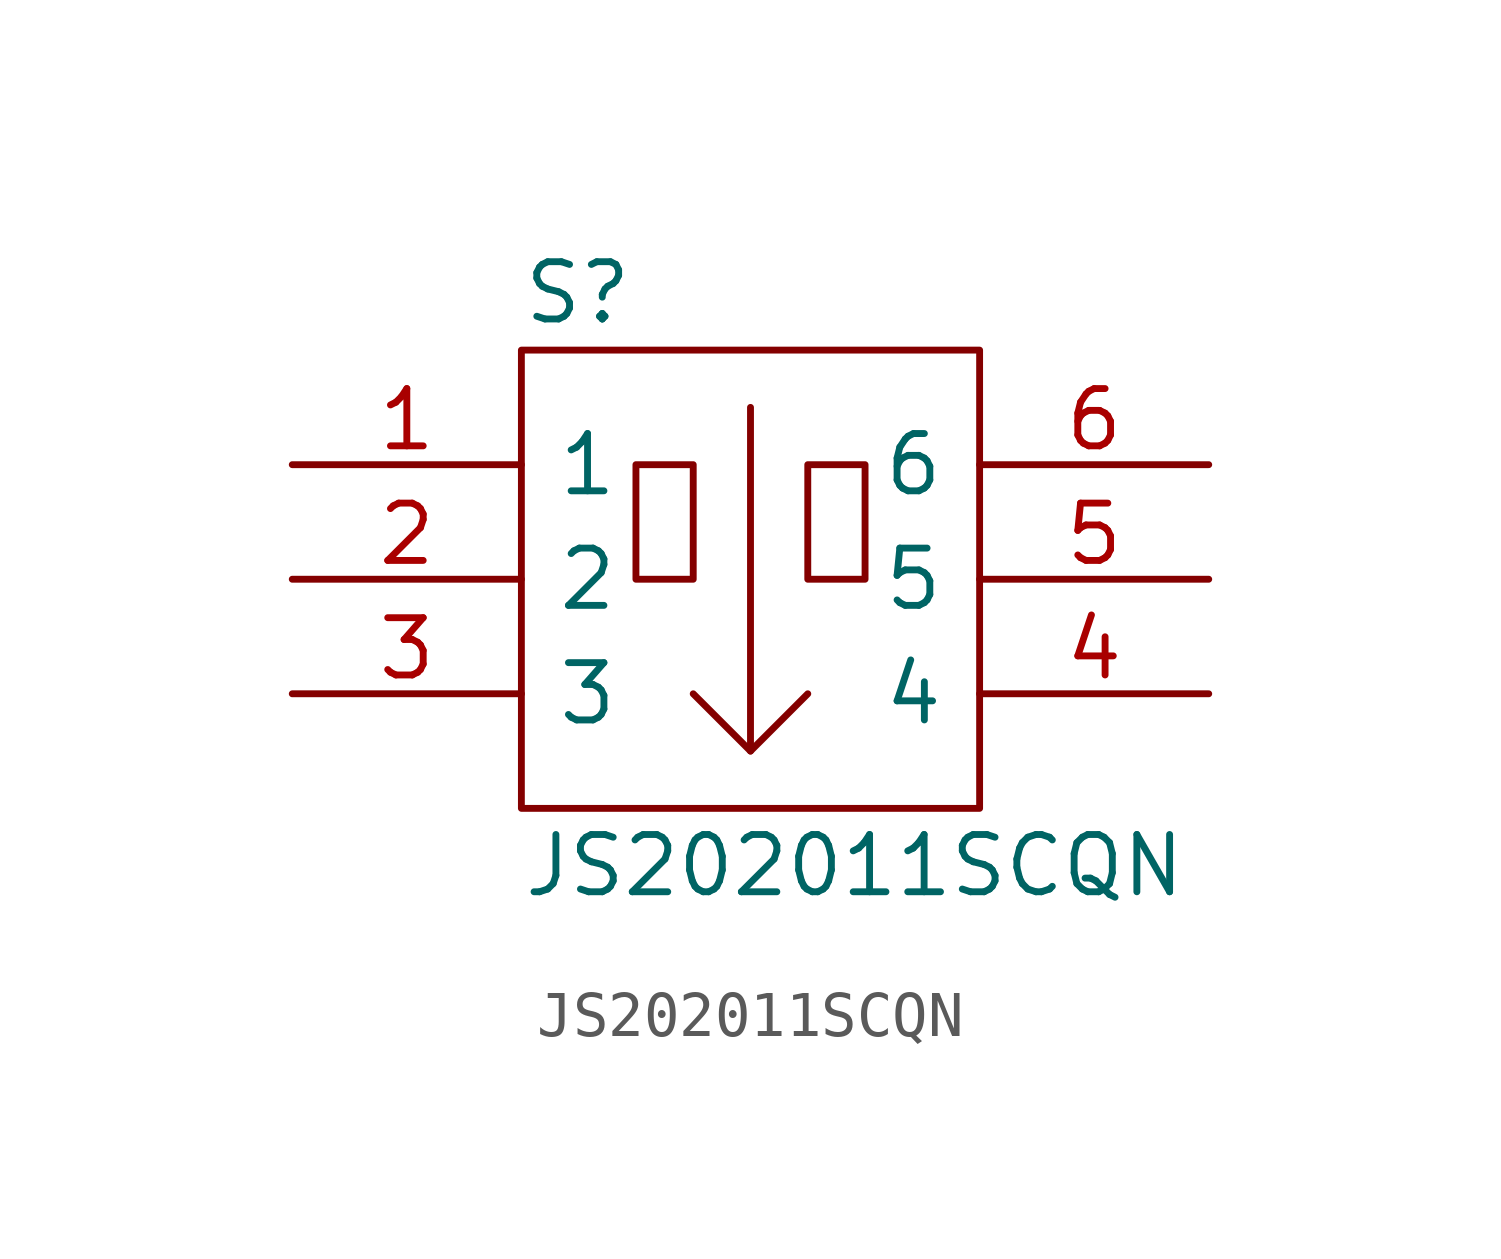
<source format=kicad_sym>
(kicad_symbol_lib
  (version 20211014)
  (generator kicad_symbol_editor)
  (symbol "JS202011SCQN"
    (pin_names
      (offset 0.762))
    (property "Reference" "S"
      (at 5.08 3.81 0)
      (effects (font (size 1.27 1.27)) (justify left)))
    (property "Value" "JS202011SCQN"
      (at 5.08 -8.89 0)
      (effects (font (size 1.27 1.27)) (justify left)))
    (symbol "JS202011SCQN_0_0"
      (pin passive line (at 0 0 0) (length 5.08) (name "1" (effects (font (size 1.27 1.27)))) (number "1" (effects (font (size 1.27 1.27)))))
      (pin passive line (at 0 -2.54 0) (length 5.08) (name "2" (effects (font (size 1.27 1.27)))) (number "2" (effects (font (size 1.27 1.27)))))
      (pin passive line (at 0 -5.08 0) (length 5.08) (name "3" (effects (font (size 1.27 1.27)))) (number "3" (effects (font (size 1.27 1.27)))))
      (pin passive line (at 20.32 -5.08 180) (length 5.08) (name "4" (effects (font (size 1.27 1.27)))) (number "4" (effects (font (size 1.27 1.27)))))
      (pin passive line (at 20.32 -2.54 180) (length 5.08) (name "5" (effects (font (size 1.27 1.27)))) (number "5" (effects (font (size 1.27 1.27)))))
      (pin passive line (at 20.32 0 180) (length 5.08) (name "6" (effects (font (size 1.27 1.27)))) (number "6" (effects (font (size 1.27 1.27))))))
    (symbol "JS202011SCQN_0_1"
      (polyline (pts (xy 10.16 1.27) (xy 10.16 -6.35)) (stroke (width 0) (type default) (color 0 0 0 0)) (fill (type none)))
      (polyline (pts (xy 10.16 -6.35) (xy 11.43 -5.08) (xy 10.16 -6.35) (xy 8.89 -5.08)) (stroke (width 0) (type default) (color 0 0 0 0)) (fill (type none)))
      (polyline (pts (xy 5.08 2.54) (xy 15.24 2.54) (xy 15.24 -7.62) (xy 5.08 -7.62) (xy 5.08 2.54)) (stroke (width 0.152) (type default) (color 0 0 0 0)) (fill (type none)))
      (polyline (pts (xy 8.89 0) (xy 8.89 -2.54) (xy 7.62 -2.54) (xy 7.62 0) (xy 8.89 0)) (stroke (width 0) (type default) (color 0 0 0 0)) (fill (type none)))
      (polyline (pts (xy 11.43 -2.54) (xy 12.7 -2.54) (xy 12.7 0) (xy 11.43 0) (xy 11.43 -2.54)) (stroke (width 0) (type default) (color 0 0 0 0)) (fill (type none))))))
</source>
